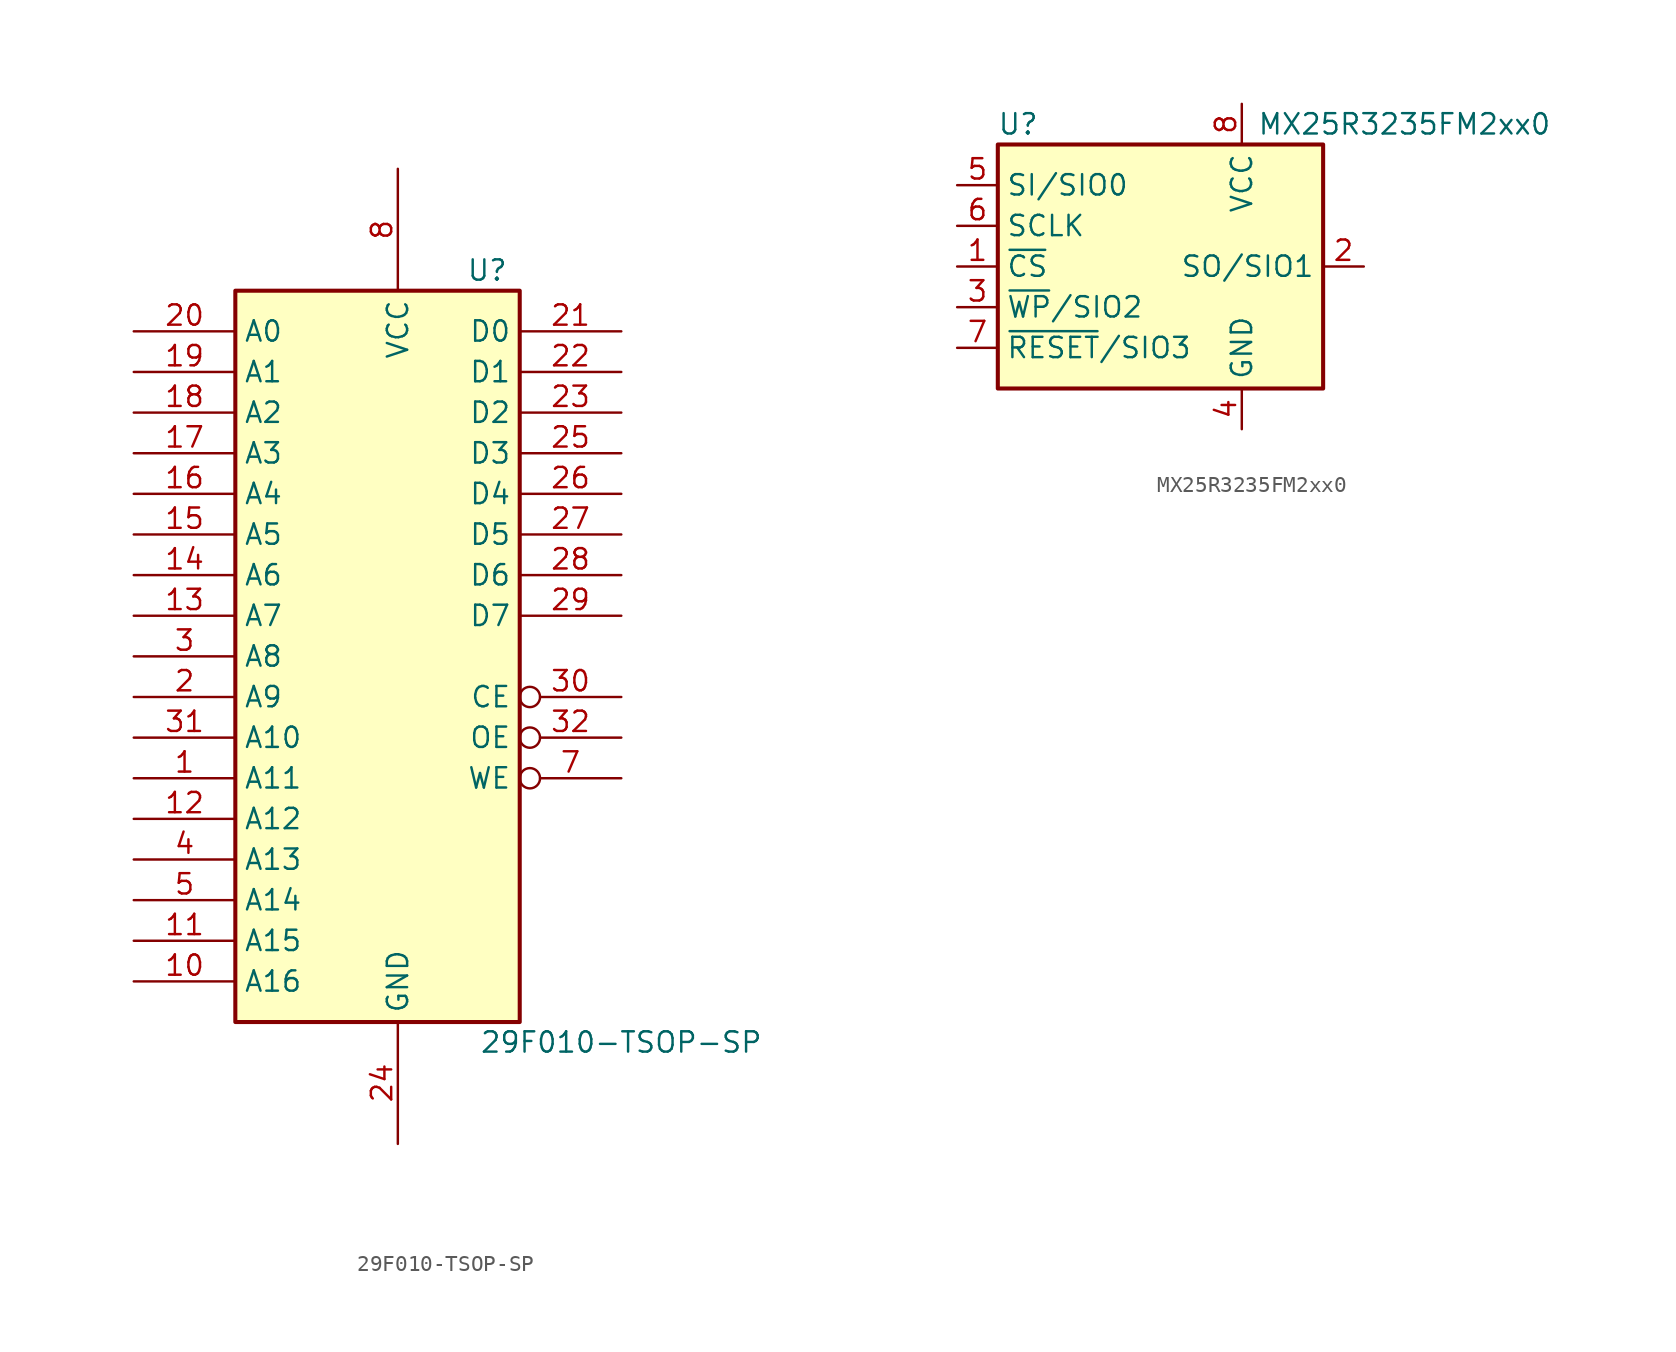
<source format=kicad_sym>
(kicad_symbol_lib
  (version 20201005)
  (generator kicad_symbol_editor)
  (symbol "Memory_Flash:29F010-TSOP-SP"
    (property "Reference" "U"
      (at 6.858 24.13 0)
      (effects (font (size 1.27 1.27))))
    (property "Value" "29F010-TSOP-SP"
      (at 15.24 -24.13 0)
      (effects (font (size 1.27 1.27))))
    (symbol "29F010-TSOP-SP_0_1"
      (rectangle (start -8.89 -22.86) (end 8.89 22.86) (stroke (width 0.254)) (fill (type background))))
    (symbol "29F010-TSOP-SP_1_1"
      (pin input line (at -15.24 -7.62 0) (length 6.35) (name "A11" (effects (font (size 1.27 1.27)))) (number "1" (effects (font (size 1.27 1.27)))))
      (pin input line (at -15.24 -20.32 0) (length 6.35) (name "A16" (effects (font (size 1.27 1.27)))) (number "10" (effects (font (size 1.27 1.27)))))
      (pin input line (at -15.24 -17.78 0) (length 6.35) (name "A15" (effects (font (size 1.27 1.27)))) (number "11" (effects (font (size 1.27 1.27)))))
      (pin input line (at -15.24 -10.16 0) (length 6.35) (name "A12" (effects (font (size 1.27 1.27)))) (number "12" (effects (font (size 1.27 1.27)))))
      (pin input line (at -15.24 2.54 0) (length 6.35) (name "A7" (effects (font (size 1.27 1.27)))) (number "13" (effects (font (size 1.27 1.27)))))
      (pin input line (at -15.24 5.08 0) (length 6.35) (name "A6" (effects (font (size 1.27 1.27)))) (number "14" (effects (font (size 1.27 1.27)))))
      (pin input line (at -15.24 7.62 0) (length 6.35) (name "A5" (effects (font (size 1.27 1.27)))) (number "15" (effects (font (size 1.27 1.27)))))
      (pin input line (at -15.24 10.16 0) (length 6.35) (name "A4" (effects (font (size 1.27 1.27)))) (number "16" (effects (font (size 1.27 1.27)))))
      (pin input line (at -15.24 12.7 0) (length 6.35) (name "A3" (effects (font (size 1.27 1.27)))) (number "17" (effects (font (size 1.27 1.27)))))
      (pin input line (at -15.24 15.24 0) (length 6.35) (name "A2" (effects (font (size 1.27 1.27)))) (number "18" (effects (font (size 1.27 1.27)))))
      (pin input line (at -15.24 17.78 0) (length 6.35) (name "A1" (effects (font (size 1.27 1.27)))) (number "19" (effects (font (size 1.27 1.27)))))
      (pin input line (at -15.24 -2.54 0) (length 6.35) (name "A9" (effects (font (size 1.27 1.27)))) (number "2" (effects (font (size 1.27 1.27)))))
      (pin input line (at -15.24 20.32 0) (length 6.35) (name "A0" (effects (font (size 1.27 1.27)))) (number "20" (effects (font (size 1.27 1.27)))))
      (pin tri_state line (at 15.24 20.32 180) (length 6.35) (name "D0" (effects (font (size 1.27 1.27)))) (number "21" (effects (font (size 1.27 1.27)))))
      (pin tri_state line (at 15.24 17.78 180) (length 6.35) (name "D1" (effects (font (size 1.27 1.27)))) (number "22" (effects (font (size 1.27 1.27)))))
      (pin tri_state line (at 15.24 15.24 180) (length 6.35) (name "D2" (effects (font (size 1.27 1.27)))) (number "23" (effects (font (size 1.27 1.27)))))
      (pin input line (at 1.27 -30.48 90) (length 7.62) (name "GND" (effects (font (size 1.27 1.27)))) (number "24" (effects (font (size 1.27 1.27)))))
      (pin tri_state line (at 15.24 12.7 180) (length 6.35) (name "D3" (effects (font (size 1.27 1.27)))) (number "25" (effects (font (size 1.27 1.27)))))
      (pin tri_state line (at 15.24 10.16 180) (length 6.35) (name "D4" (effects (font (size 1.27 1.27)))) (number "26" (effects (font (size 1.27 1.27)))))
      (pin tri_state line (at 15.24 7.62 180) (length 6.35) (name "D5" (effects (font (size 1.27 1.27)))) (number "27" (effects (font (size 1.27 1.27)))))
      (pin tri_state line (at 15.24 5.08 180) (length 6.35) (name "D6" (effects (font (size 1.27 1.27)))) (number "28" (effects (font (size 1.27 1.27)))))
      (pin tri_state line (at 15.24 2.54 180) (length 6.35) (name "D7" (effects (font (size 1.27 1.27)))) (number "29" (effects (font (size 1.27 1.27)))))
      (pin input line (at -15.24 0 0) (length 6.35) (name "A8" (effects (font (size 1.27 1.27)))) (number "3" (effects (font (size 1.27 1.27)))))
      (pin input inverted (at 15.24 -2.54 180) (length 6.35) (name "CE" (effects (font (size 1.27 1.27)))) (number "30" (effects (font (size 1.27 1.27)))))
      (pin input line (at -15.24 -5.08 0) (length 6.35) (name "A10" (effects (font (size 1.27 1.27)))) (number "31" (effects (font (size 1.27 1.27)))))
      (pin input inverted (at 15.24 -5.08 180) (length 6.35) (name "OE" (effects (font (size 1.27 1.27)))) (number "32" (effects (font (size 1.27 1.27)))))
      (pin input line (at -15.24 -12.7 0) (length 6.35) (name "A13" (effects (font (size 1.27 1.27)))) (number "4" (effects (font (size 1.27 1.27)))))
      (pin input line (at -15.24 -15.24 0) (length 6.35) (name "A14" (effects (font (size 1.27 1.27)))) (number "5" (effects (font (size 1.27 1.27)))))
      (pin input inverted (at 15.24 -7.62 180) (length 6.35) (name "WE" (effects (font (size 1.27 1.27)))) (number "7" (effects (font (size 1.27 1.27)))))
      (pin input line (at 1.27 30.48 270) (length 7.62) (name "VCC" (effects (font (size 1.27 1.27)))) (number "8" (effects (font (size 1.27 1.27)))))))
  (symbol "Memory_Flash:MX25R3235FM2xx0"
    (property "Reference" "U"
      (at -8.89 8.89 0)
      (effects (font (size 1.27 1.27))))
    (property "Value" "MX25R3235FM2xx0"
      (at 15.24 8.89 0)
      (effects (font (size 1.27 1.27))))
    (symbol "MX25R3235FM2xx0_1_1"
      (rectangle (start -10.16 7.62) (end 10.16 -7.62) (stroke (width 0.254)) (fill (type background)))
      (pin input line (at -12.7 0 0) (length 2.54) (name "~CS" (effects (font (size 1.27 1.27)))) (number "1" (effects (font (size 1.27 1.27)))))
      (pin bidirectional line (at 12.7 0 180) (length 2.54) (name "SO/SIO1" (effects (font (size 1.27 1.27)))) (number "2" (effects (font (size 1.27 1.27)))))
      (pin bidirectional line (at -12.7 -2.54 0) (length 2.54) (name "~WP~/SIO2" (effects (font (size 1.27 1.27)))) (number "3" (effects (font (size 1.27 1.27)))))
      (pin power_in line (at 5.08 -10.16 90) (length 2.54) (name "GND" (effects (font (size 1.27 1.27)))) (number "4" (effects (font (size 1.27 1.27)))))
      (pin bidirectional line (at -12.7 5.08 0) (length 2.54) (name "SI/SIO0" (effects (font (size 1.27 1.27)))) (number "5" (effects (font (size 1.27 1.27)))))
      (pin input line (at -12.7 2.54 0) (length 2.54) (name "SCLK" (effects (font (size 1.27 1.27)))) (number "6" (effects (font (size 1.27 1.27)))))
      (pin bidirectional line (at -12.7 -5.08 0) (length 2.54) (name "~RESET~/SIO3" (effects (font (size 1.27 1.27)))) (number "7" (effects (font (size 1.27 1.27)))))
      (pin power_in line (at 5.08 10.16 270) (length 2.54) (name "VCC" (effects (font (size 1.27 1.27)))) (number "8" (effects (font (size 1.27 1.27))))))))
</source>
